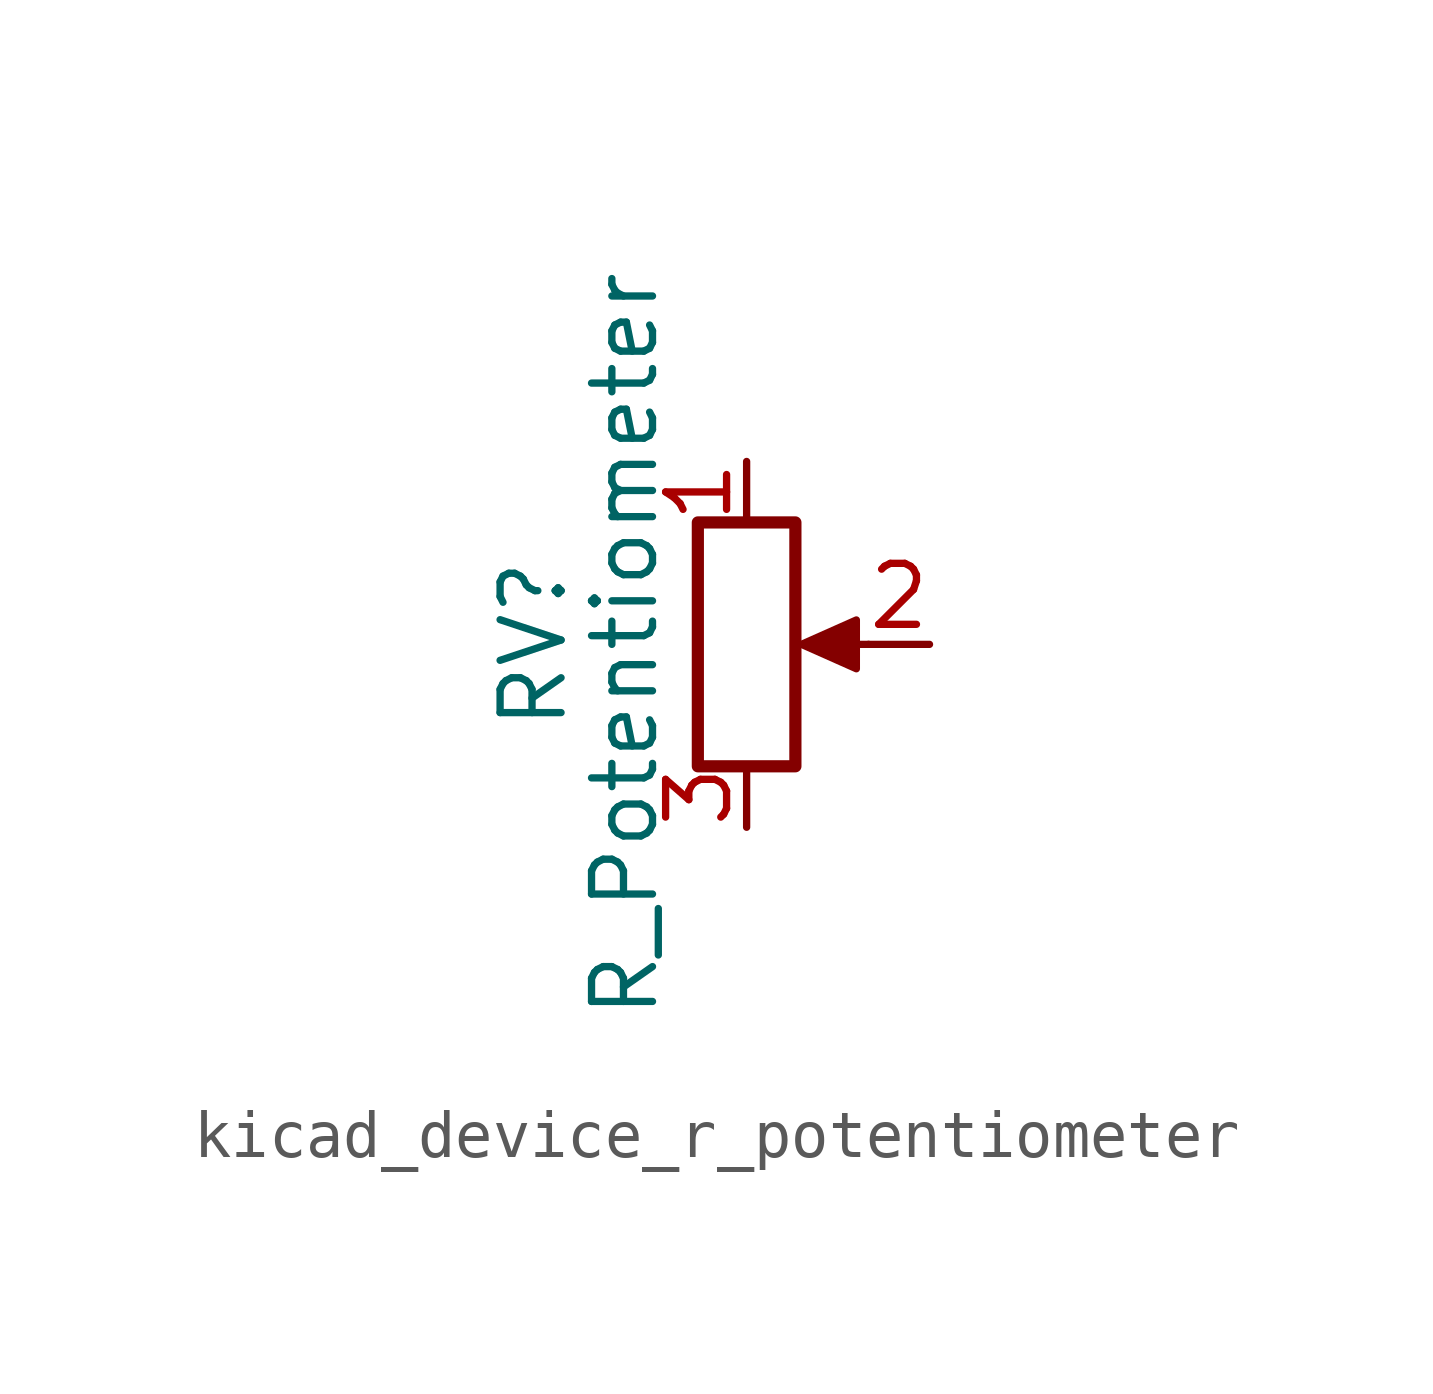
<source format=kicad_sym>
(kicad_symbol_lib
  (version 20220914)
  (generator kicad_symbol_editor)
  (symbol "kicad_device_r_potentiometer"
    (pin_names
      (offset 1.016) hide)
    (property "Reference" "RV"
      (at -4.445 0 90)
      (effects (font (size 1.27 1.27))))
    (property "Value" "R_Potentiometer"
      (at -2.54 0 90)
      (effects (font (size 1.27 1.27))))
    (symbol "kicad_device_r_potentiometer_0_1"
      (polyline (pts (xy 2.54 0) (xy 1.524 0)) (stroke (width 0) (type default)) (fill (type none)))
      (polyline (pts (xy 1.143 0) (xy 2.286 0.508) (xy 2.286 -0.508) (xy 1.143 0)) (stroke (width 0) (type default)) (fill (type outline)))
      (rectangle (start 1.016 2.54) (end -1.016 -2.54) (stroke (width 0.254) (type default)) (fill (type none))))
    (symbol "kicad_device_r_potentiometer_1_1"
      (pin passive line (at 0 3.81 270) (length 1.27) (name "1" (effects (font (size 1.27 1.27)))) (number "1" (effects (font (size 1.27 1.27)))))
      (pin passive line (at 3.81 0 180) (length 1.27) (name "2" (effects (font (size 1.27 1.27)))) (number "2" (effects (font (size 1.27 1.27)))))
      (pin passive line (at 0 -3.81 90) (length 1.27) (name "3" (effects (font (size 1.27 1.27)))) (number "3" (effects (font (size 1.27 1.27))))))))
</source>
